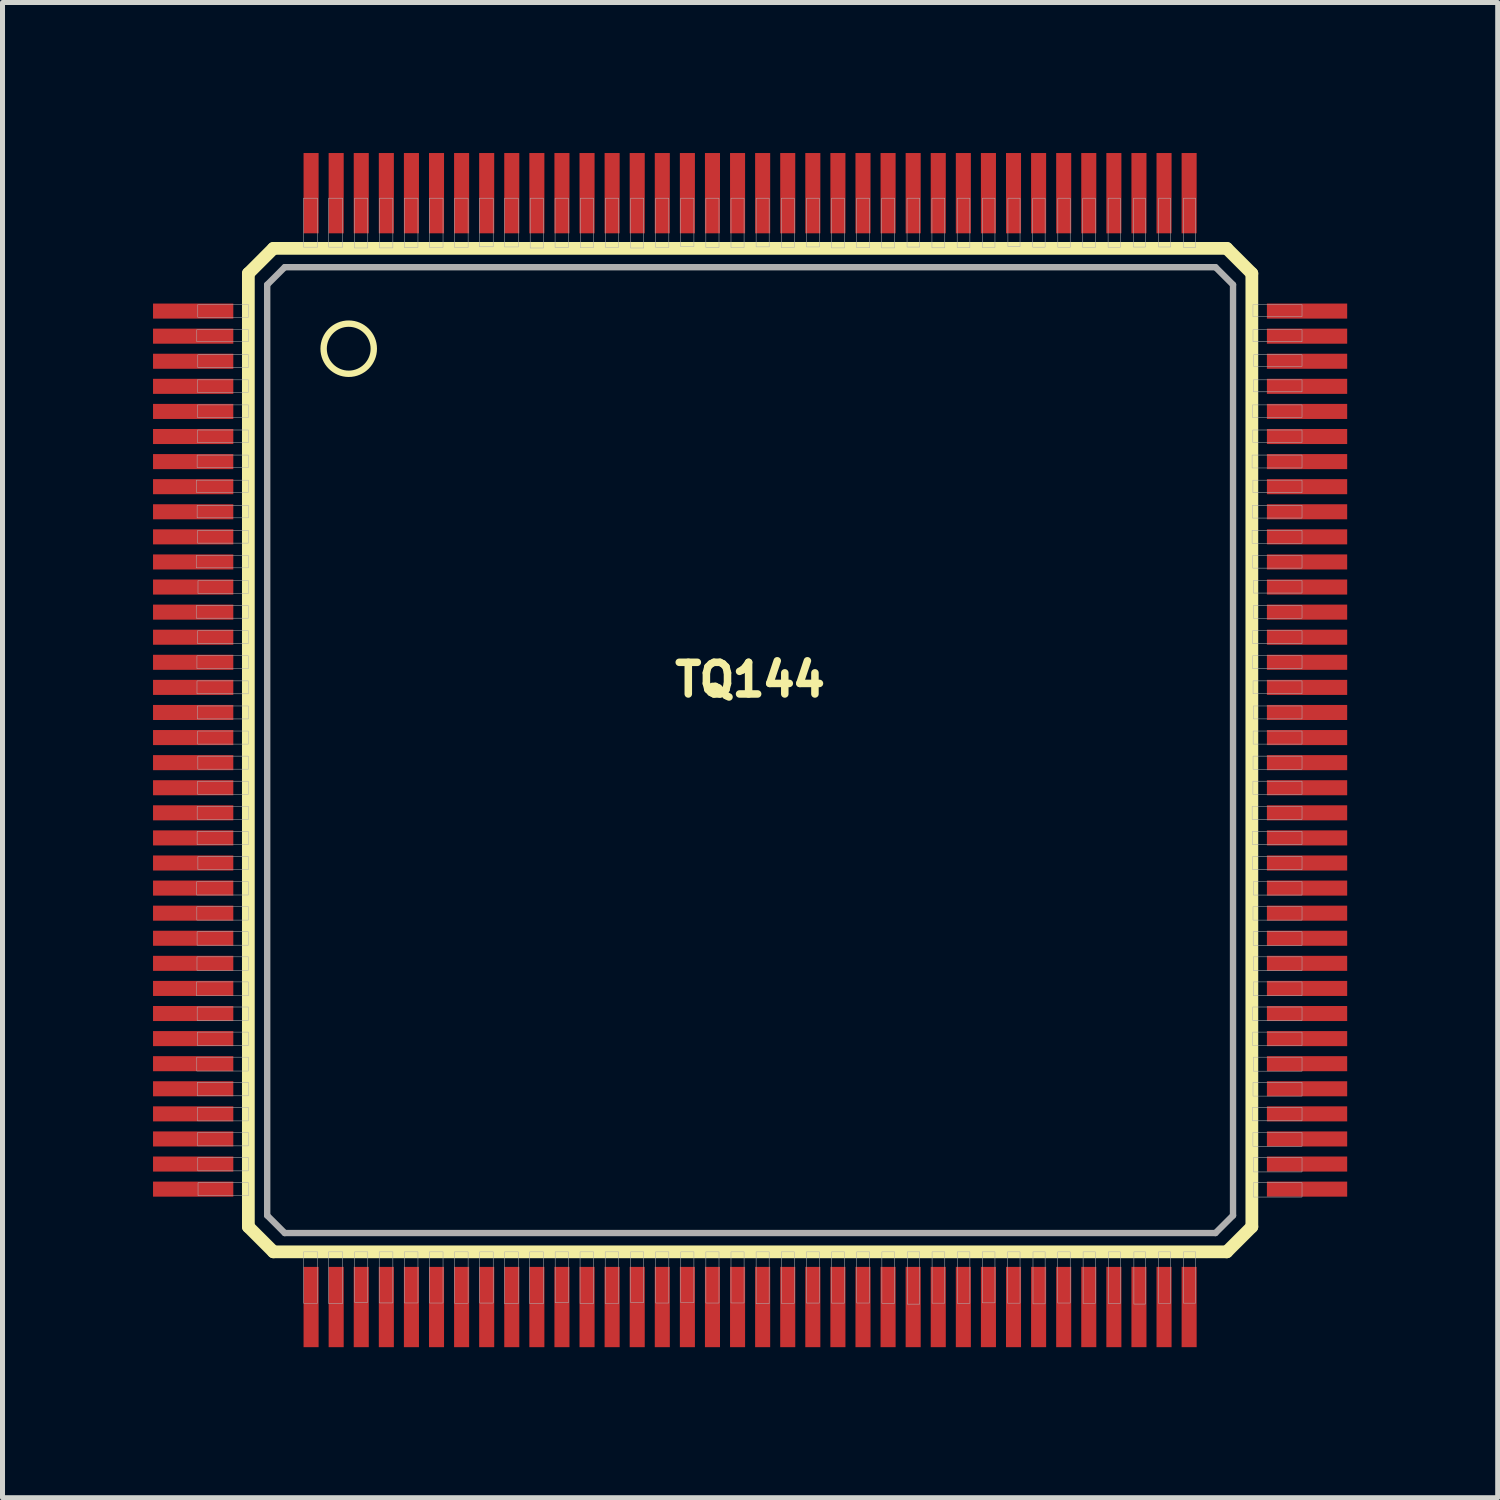
<source format=kicad_pcb>
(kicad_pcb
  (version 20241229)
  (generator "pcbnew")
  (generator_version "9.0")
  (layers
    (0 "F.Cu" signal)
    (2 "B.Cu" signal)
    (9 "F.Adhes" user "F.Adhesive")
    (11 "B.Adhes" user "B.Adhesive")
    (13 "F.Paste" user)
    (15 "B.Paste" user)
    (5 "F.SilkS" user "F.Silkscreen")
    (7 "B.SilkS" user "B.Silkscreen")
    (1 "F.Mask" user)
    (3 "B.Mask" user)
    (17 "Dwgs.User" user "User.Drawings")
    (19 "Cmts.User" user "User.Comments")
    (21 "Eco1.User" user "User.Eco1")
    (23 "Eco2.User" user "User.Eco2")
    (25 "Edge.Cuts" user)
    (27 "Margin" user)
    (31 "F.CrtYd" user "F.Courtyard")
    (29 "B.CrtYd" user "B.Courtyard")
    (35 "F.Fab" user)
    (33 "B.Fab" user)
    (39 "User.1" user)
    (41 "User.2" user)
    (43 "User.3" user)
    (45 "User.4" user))
  (footprint "TQ144"
    (layer "F.Cu")
    (at 11.9 11.9)
    (property "Reference" "TQ144" (at 0.000002 -1.403 0) (layer "F.SilkS") (effects (font (size 0.631 0.631) (thickness 0.15))))
    (attr smd)
    (fp_line (start -10 -9.5) (end -10 9.5) (stroke (width 0.254) (type solid)) (layer "F.SilkS"))
    (fp_line (start -10 9.5) (end -9.5 10) (stroke (width 0.254) (type solid)) (layer "F.SilkS"))
    (fp_line (start -9.5 -10) (end -10 -9.5) (stroke (width 0.254) (type solid)) (layer "F.SilkS"))
    (fp_line (start -9.5 10) (end 9.5 10) (stroke (width 0.254) (type solid)) (layer "F.SilkS"))
    (fp_line (start 9.5 -10) (end -9.5 -10) (stroke (width 0.254) (type solid)) (layer "F.SilkS"))
    (fp_line (start 9.5 10) (end 10 9.5) (stroke (width 0.254) (type solid)) (layer "F.SilkS"))
    (fp_line (start 10 -9.5) (end 9.5 -10) (stroke (width 0.254) (type solid)) (layer "F.SilkS"))
    (fp_line (start 10 9.5) (end 10 -9.5) (stroke (width 0.254) (type solid)) (layer "F.SilkS"))
    (fp_circle (center -8 -8) (end -7.5 -8) (stroke (width 0.127) (type solid)) (fill no) (layer "F.SilkS"))
    (fp_line (start -9.625 -9.275) (end -9.625 9.275) (stroke (width 0.127) (type solid)) (layer "F.Fab"))
    (fp_line (start -9.625 9.275) (end -9.275 9.625) (stroke (width 0.127) (type solid)) (layer "F.Fab"))
    (fp_line (start -9.275 -9.625) (end -9.625 -9.275) (stroke (width 0.127) (type solid)) (layer "F.Fab"))
    (fp_line (start -9.275 9.625) (end 9.275 9.625) (stroke (width 0.127) (type solid)) (layer "F.Fab"))
    (fp_line (start 9.275 -9.625) (end -9.275 -9.625) (stroke (width 0.127) (type solid)) (layer "F.Fab"))
    (fp_line (start 9.275 9.625) (end 9.625 9.275) (stroke (width 0.127) (type solid)) (layer "F.Fab"))
    (fp_line (start 9.625 -9.275) (end 9.275 -9.625) (stroke (width 0.127) (type solid)) (layer "F.Fab"))
    (fp_line (start 9.625 9.275) (end 9.625 -9.275) (stroke (width 0.127) (type solid)) (layer "F.Fab"))
    (fp_poly (pts (xy -11.039 -3.88) (xy -10 -3.88) (xy -10 -3.633) (xy -11.039 -3.633)) (stroke (width 0.01) (type solid)) (fill no) (layer "F.Fab"))
    (fp_poly (pts (xy -11.039 -2.88) (xy -10 -2.88) (xy -10 -2.629) (xy -11.039 -2.629)) (stroke (width 0.01) (type solid)) (fill no) (layer "F.Fab"))
    (fp_poly (pts (xy -11.037 -5.38) (xy -10 -5.38) (xy -10 -5.137) (xy -11.037 -5.137)) (stroke (width 0.01) (type solid)) (fill no) (layer "F.Fab"))
    (fp_poly (pts (xy -11.035 4.62) (xy -10 4.62) (xy -10 4.896) (xy -11.035 4.896)) (stroke (width 0.01) (type solid)) (fill no) (layer "F.Fab"))
    (fp_poly (pts (xy -11.029 2.62) (xy -10 2.62) (xy -10 2.888) (xy -11.029 2.888)) (stroke (width 0.01) (type solid)) (fill no) (layer "F.Fab"))
    (fp_poly (pts (xy -11.028 -8.38) (xy -10 -8.38) (xy -10 -8.14) (xy -11.028 -8.14)) (stroke (width 0.01) (type solid)) (fill no) (layer "F.Fab"))
    (fp_poly (pts (xy -11.028 6.12) (xy -10 6.12) (xy -10 6.396) (xy -11.028 6.396)) (stroke (width 0.01) (type solid)) (fill no) (layer "F.Fab"))
    (fp_poly (pts (xy -11.027 3.12) (xy -10 3.12) (xy -10 3.388) (xy -11.027 3.388)) (stroke (width 0.01) (type solid)) (fill no) (layer "F.Fab"))
    (fp_poly (pts (xy -11.025 -1.88) (xy -10 -1.88) (xy -10 -1.624) (xy -11.025 -1.624)) (stroke (width 0.01) (type solid)) (fill no) (layer "F.Fab"))
    (fp_poly (pts (xy -11.024 4.12) (xy -10 4.12) (xy -10 4.39) (xy -11.024 4.39)) (stroke (width 0.01) (type solid)) (fill no) (layer "F.Fab"))
    (fp_poly (pts (xy -11.024 -1.38) (xy -10 -1.38) (xy -10 -1.122) (xy -11.024 -1.122)) (stroke (width 0.01) (type solid)) (fill no) (layer "F.Fab"))
    (fp_poly (pts (xy -11.022 3.62) (xy -10 3.62) (xy -10 3.888) (xy -11.022 3.888)) (stroke (width 0.01) (type solid)) (fill no) (layer "F.Fab"))
    (fp_poly (pts (xy -11.021 -5.88) (xy -10 -5.88) (xy -10 -5.631) (xy -11.021 -5.631)) (stroke (width 0.01) (type solid)) (fill no) (layer "F.Fab"))
    (fp_poly (pts (xy -11.021 -4.88) (xy -10 -4.88) (xy -10 -4.629) (xy -11.021 -4.629)) (stroke (width 0.01) (type solid)) (fill no) (layer "F.Fab"))
    (fp_poly (pts (xy -11.021 1.62) (xy -10 1.62) (xy -10 1.884) (xy -11.021 1.884)) (stroke (width 0.01) (type solid)) (fill no) (layer "F.Fab"))
    (fp_poly (pts (xy -11.02 5.12) (xy -10 5.12) (xy -10 5.39) (xy -11.02 5.39)) (stroke (width 0.01) (type solid)) (fill no) (layer "F.Fab"))
    (fp_poly (pts (xy -11.02 1.12) (xy -10 1.12) (xy -10 1.382) (xy -11.02 1.382)) (stroke (width 0.01) (type solid)) (fill no) (layer "F.Fab"))
    (fp_poly (pts (xy -11.018 -7.38) (xy -10 -7.38) (xy -10 -7.131) (xy -11.018 -7.131)) (stroke (width 0.01) (type solid)) (fill no) (layer "F.Fab"))
    (fp_poly (pts (xy -11.017 -0.88) (xy -10 -0.88) (xy -10 -0.621) (xy -11.017 -0.621)) (stroke (width 0.01) (type solid)) (fill no) (layer "F.Fab"))
    (fp_poly (pts (xy -11.017 6.62) (xy -10 6.62) (xy -10 6.89) (xy -11.017 6.89)) (stroke (width 0.01) (type solid)) (fill no) (layer "F.Fab"))
    (fp_poly (pts (xy -11.016 5.62) (xy -10 5.62) (xy -10 5.888) (xy -11.016 5.888)) (stroke (width 0.01) (type solid)) (fill no) (layer "F.Fab"))
    (fp_poly (pts (xy -11.015 -6.88) (xy -10 -6.88) (xy -10 -6.629) (xy -11.015 -6.629)) (stroke (width 0.01) (type solid)) (fill no) (layer "F.Fab"))
    (fp_poly (pts (xy -11.014 7.12) (xy -10 7.12) (xy -10 7.39) (xy -11.014 7.39)) (stroke (width 0.01) (type solid)) (fill no) (layer "F.Fab"))
    (fp_poly (pts (xy -11.013 -2.38) (xy -10 -2.38) (xy -10 -2.123) (xy -11.013 -2.123)) (stroke (width 0.01) (type solid)) (fill no) (layer "F.Fab"))
    (fp_poly (pts (xy -11.013 -6.38) (xy -10 -6.38) (xy -10 -6.127) (xy -11.013 -6.127)) (stroke (width 0.01) (type solid)) (fill no) (layer "F.Fab"))
    (fp_poly (pts (xy -11.012 -4.38) (xy -10 -4.38) (xy -10 -4.125) (xy -11.012 -4.125)) (stroke (width 0.01) (type solid)) (fill no) (layer "F.Fab"))
    (fp_poly (pts (xy -11.012 0.62) (xy -10 0.62) (xy -10 0.881) (xy -11.012 0.881)) (stroke (width 0.01) (type solid)) (fill no) (layer "F.Fab"))
    (fp_poly (pts (xy -11.012 7.62) (xy -10 7.62) (xy -10 7.888) (xy -11.012 7.888)) (stroke (width 0.01) (type solid)) (fill no) (layer "F.Fab"))
    (fp_poly (pts (xy -11.011 -0.38) (xy -10 -0.38) (xy -10 -0.12) (xy -11.011 -0.12)) (stroke (width 0.01) (type solid)) (fill no) (layer "F.Fab"))
    (fp_poly (pts (xy -11.008 -8.88) (xy -10 -8.88) (xy -10 -8.626) (xy -11.008 -8.626)) (stroke (width 0.01) (type solid)) (fill no) (layer "F.Fab"))
    (fp_poly (pts (xy -11.008 8.12) (xy -10 8.12) (xy -10 8.386) (xy -11.008 8.386)) (stroke (width 0.01) (type solid)) (fill no) (layer "F.Fab"))
    (fp_poly (pts (xy -11.008 -7.88) (xy -10 -7.88) (xy -10 -7.625) (xy -11.008 -7.625)) (stroke (width 0.01) (type solid)) (fill no) (layer "F.Fab"))
    (fp_poly (pts (xy -11.007 0.12) (xy -10 0.12) (xy -10 0.38) (xy -11.007 0.38)) (stroke (width 0.01) (type solid)) (fill no) (layer "F.Fab"))
    (fp_poly (pts (xy -11.006 2.12) (xy -10 2.12) (xy -10 2.381) (xy -11.006 2.381)) (stroke (width 0.01) (type solid)) (fill no) (layer "F.Fab"))
    (fp_poly (pts (xy -11.004 -3.38) (xy -10 -3.38) (xy -10 -3.121) (xy -11.004 -3.121)) (stroke (width 0.01) (type solid)) (fill no) (layer "F.Fab"))
    (fp_poly (pts (xy -11.003 8.62) (xy -10 8.62) (xy -10 8.882) (xy -11.003 8.882)) (stroke (width 0.01) (type solid)) (fill no) (layer "F.Fab"))
    (fp_poly (pts (xy -8.901 -11) (xy -8.62 -11) (xy -8.62 -10.024) (xy -8.901 -10.024)) (stroke (width 0.01) (type solid)) (fill no) (layer "F.Fab"))
    (fp_poly (pts (xy -8.899 10) (xy -8.62 10) (xy -8.62 11.024) (xy -8.899 11.024)) (stroke (width 0.01) (type solid)) (fill no) (layer "F.Fab"))
    (fp_poly (pts (xy -8.402 10) (xy -8.12 10) (xy -8.12 11.029) (xy -8.402 11.029)) (stroke (width 0.01) (type solid)) (fill no) (layer "F.Fab"))
    (fp_poly (pts (xy -8.4 -11) (xy -8.12 -11) (xy -8.12 -10.024) (xy -8.4 -10.024)) (stroke (width 0.01) (type solid)) (fill no) (layer "F.Fab"))
    (fp_poly (pts (xy -7.886 -11) (xy -7.62 -11) (xy -7.62 -10.008) (xy -7.886 -10.008)) (stroke (width 0.01) (type solid)) (fill no) (layer "F.Fab"))
    (fp_poly (pts (xy -7.884 10) (xy -7.62 10) (xy -7.62 11.006) (xy -7.884 11.006)) (stroke (width 0.01) (type solid)) (fill no) (layer "F.Fab"))
    (fp_poly (pts (xy -7.392 10) (xy -7.12 10) (xy -7.12 11.018) (xy -7.392 11.018)) (stroke (width 0.01) (type solid)) (fill no) (layer "F.Fab"))
    (fp_poly (pts (xy -7.387 -11) (xy -7.12 -11) (xy -7.12 -10.009) (xy -7.387 -10.009)) (stroke (width 0.01) (type solid)) (fill no) (layer "F.Fab"))
    (fp_poly (pts (xy -6.893 -11) (xy -6.62 -11) (xy -6.62 -10.018) (xy -6.893 -10.018)) (stroke (width 0.01) (type solid)) (fill no) (layer "F.Fab"))
    (fp_poly (pts (xy -6.892 10) (xy -6.62 10) (xy -6.62 11.019) (xy -6.892 11.019)) (stroke (width 0.01) (type solid)) (fill no) (layer "F.Fab"))
    (fp_poly (pts (xy -6.393 -11) (xy -6.12 -11) (xy -6.12 -10.02) (xy -6.393 -10.02)) (stroke (width 0.01) (type solid)) (fill no) (layer "F.Fab"))
    (fp_poly (pts (xy -6.392 10) (xy -6.12 10) (xy -6.12 11.02) (xy -6.392 11.02)) (stroke (width 0.01) (type solid)) (fill no) (layer "F.Fab"))
    (fp_poly (pts (xy -5.893 10) (xy -5.62 10) (xy -5.62 11.024) (xy -5.893 11.024)) (stroke (width 0.01) (type solid)) (fill no) (layer "F.Fab"))
    (fp_poly (pts (xy -5.89 -11) (xy -5.62 -11) (xy -5.62 -10.017) (xy -5.89 -10.017)) (stroke (width 0.01) (type solid)) (fill no) (layer "F.Fab"))
    (fp_poly (pts (xy -5.396 -11) (xy -5.12 -11) (xy -5.12 -10.031) (xy -5.396 -10.031)) (stroke (width 0.01) (type solid)) (fill no) (layer "F.Fab"))
    (fp_poly (pts (xy -5.39 10) (xy -5.12 10) (xy -5.12 11.021) (xy -5.39 11.021)) (stroke (width 0.01) (type solid)) (fill no) (layer "F.Fab"))
    (fp_poly (pts (xy -4.895 10) (xy -4.62 10) (xy -4.62 11.034) (xy -4.895 11.034)) (stroke (width 0.01) (type solid)) (fill no) (layer "F.Fab"))
    (fp_poly (pts (xy -4.894 -11) (xy -4.62 -11) (xy -4.62 -10.028) (xy -4.894 -10.028)) (stroke (width 0.01) (type solid)) (fill no) (layer "F.Fab"))
    (fp_poly (pts (xy -4.393 10) (xy -4.12 10) (xy -4.12 11.033) (xy -4.393 11.033)) (stroke (width 0.01) (type solid)) (fill no) (layer "F.Fab"))
    (fp_poly (pts (xy -4.383 -11) (xy -4.12 -11) (xy -4.12 -10.007) (xy -4.383 -10.007)) (stroke (width 0.01) (type solid)) (fill no) (layer "F.Fab"))
    (fp_poly (pts (xy -3.887 -11) (xy -3.62 -11) (xy -3.62 -10.019) (xy -3.887 -10.019)) (stroke (width 0.01) (type solid)) (fill no) (layer "F.Fab"))
    (fp_poly (pts (xy -3.885 10) (xy -3.62 10) (xy -3.62 11.014) (xy -3.885 11.014)) (stroke (width 0.01) (type solid)) (fill no) (layer "F.Fab"))
    (fp_poly (pts (xy -3.389 10) (xy -3.12 10) (xy -3.12 11.029) (xy -3.389 11.029)) (stroke (width 0.01) (type solid)) (fill no) (layer "F.Fab"))
    (fp_poly (pts (xy -3.385 -11) (xy -3.12 -11) (xy -3.12 -10.016) (xy -3.385 -10.016)) (stroke (width 0.01) (type solid)) (fill no) (layer "F.Fab"))
    (fp_poly (pts (xy -2.888 10) (xy -2.62 10) (xy -2.62 11.031) (xy -2.888 11.031)) (stroke (width 0.01) (type solid)) (fill no) (layer "F.Fab"))
    (fp_poly (pts (xy -2.886 -11) (xy -2.62 -11) (xy -2.62 -10.021) (xy -2.886 -10.021)) (stroke (width 0.01) (type solid)) (fill no) (layer "F.Fab"))
    (fp_poly (pts (xy -2.382 10) (xy -2.12 10) (xy -2.12 11.01) (xy -2.382 11.01)) (stroke (width 0.01) (type solid)) (fill no) (layer "F.Fab"))
    (fp_poly (pts (xy -2.382 -11) (xy -2.12 -11) (xy -2.12 -10.007) (xy -2.382 -10.007)) (stroke (width 0.01) (type solid)) (fill no) (layer "F.Fab"))
    (fp_poly (pts (xy -1.884 -11) (xy -1.62 -11) (xy -1.62 -10.02) (xy -1.884 -10.02)) (stroke (width 0.01) (type solid)) (fill no) (layer "F.Fab"))
    (fp_poly (pts (xy -1.883 10) (xy -1.62 10) (xy -1.62 11.02) (xy -1.883 11.02)) (stroke (width 0.01) (type solid)) (fill no) (layer "F.Fab"))
    (fp_poly (pts (xy -1.385 -11) (xy -1.12 -11) (xy -1.12 -10.036) (xy -1.385 -10.036)) (stroke (width 0.01) (type solid)) (fill no) (layer "F.Fab"))
    (fp_poly (pts (xy -1.382 10) (xy -1.12 10) (xy -1.12 11.012) (xy -1.382 11.012)) (stroke (width 0.01) (type solid)) (fill no) (layer "F.Fab"))
    (fp_poly (pts (xy -0.882 10) (xy -0.62 10) (xy -0.62 11.02) (xy -0.882 11.02)) (stroke (width 0.01) (type solid)) (fill no) (layer "F.Fab"))
    (fp_poly (pts (xy -0.882 -11) (xy -0.62 -11) (xy -0.62 -10.018) (xy -0.882 -10.018)) (stroke (width 0.01) (type solid)) (fill no) (layer "F.Fab"))
    (fp_poly (pts (xy -0.381 10) (xy -0.12 10) (xy -0.12 11.019) (xy -0.381 11.019)) (stroke (width 0.01) (type solid)) (fill no) (layer "F.Fab"))
    (fp_poly (pts (xy -0.381 -11) (xy -0.12 -11) (xy -0.12 -10.016) (xy -0.381 -10.016)) (stroke (width 0.01) (type solid)) (fill no) (layer "F.Fab"))
    (fp_poly (pts (xy 0.12 -11) (xy 0.38 -11) (xy 0.38 -10.029) (xy 0.12 -10.029)) (stroke (width 0.01) (type solid)) (fill no) (layer "F.Fab"))
    (fp_poly (pts (xy 0.12 10) (xy 0.38 10) (xy 0.38 11.034) (xy 0.12 11.034)) (stroke (width 0.01) (type solid)) (fill no) (layer "F.Fab"))
    (fp_poly (pts (xy 0.621 -11) (xy 0.88 -11) (xy 0.88 -10.017) (xy 0.621 -10.017)) (stroke (width 0.01) (type solid)) (fill no) (layer "F.Fab"))
    (fp_poly (pts (xy 0.622 10) (xy 0.88 10) (xy 0.88 11.027) (xy 0.622 11.027)) (stroke (width 0.01) (type solid)) (fill no) (layer "F.Fab"))
    (fp_poly (pts (xy 1.122 10) (xy 1.38 10) (xy 1.38 11.021) (xy 1.122 11.021)) (stroke (width 0.01) (type solid)) (fill no) (layer "F.Fab"))
    (fp_poly (pts (xy 1.123 -11) (xy 1.38 -11) (xy 1.38 -10.028) (xy 1.123 -10.028)) (stroke (width 0.01) (type solid)) (fill no) (layer "F.Fab"))
    (fp_poly (pts (xy 1.621 -11) (xy 1.88 -11) (xy 1.88 -10.009) (xy 1.621 -10.009)) (stroke (width 0.01) (type solid)) (fill no) (layer "F.Fab"))
    (fp_poly (pts (xy 1.623 10) (xy 1.88 10) (xy 1.88 11.022) (xy 1.623 11.022)) (stroke (width 0.01) (type solid)) (fill no) (layer "F.Fab"))
    (fp_poly (pts (xy 2.123 -11) (xy 2.38 -11) (xy 2.38 -10.012) (xy 2.123 -10.012)) (stroke (width 0.01) (type solid)) (fill no) (layer "F.Fab"))
    (fp_poly (pts (xy 2.124 10) (xy 2.38 10) (xy 2.38 11.02) (xy 2.124 11.02)) (stroke (width 0.01) (type solid)) (fill no) (layer "F.Fab"))
    (fp_poly (pts (xy 2.622 -11) (xy 2.88 -11) (xy 2.88 -10.009) (xy 2.622 -10.009)) (stroke (width 0.01) (type solid)) (fill no) (layer "F.Fab"))
    (fp_poly (pts (xy 2.626 10) (xy 2.88 10) (xy 2.88 11.025) (xy 2.626 11.025)) (stroke (width 0.01) (type solid)) (fill no) (layer "F.Fab"))
    (fp_poly (pts (xy 3.128 -11) (xy 3.38 -11) (xy 3.38 -10.026) (xy 3.128 -10.026)) (stroke (width 0.01) (type solid)) (fill no) (layer "F.Fab"))
    (fp_poly (pts (xy 3.132 10) (xy 3.38 10) (xy 3.38 11.042) (xy 3.132 11.042)) (stroke (width 0.01) (type solid)) (fill no) (layer "F.Fab"))
    (fp_poly (pts (xy 3.624 -11) (xy 3.88 -11) (xy 3.88 -10.011) (xy 3.624 -10.011)) (stroke (width 0.01) (type solid)) (fill no) (layer "F.Fab"))
    (fp_poly (pts (xy 3.627 10) (xy 3.88 10) (xy 3.88 11.023) (xy 3.627 11.023)) (stroke (width 0.01) (type solid)) (fill no) (layer "F.Fab"))
    (fp_poly (pts (xy 4.127 -11) (xy 4.38 -11) (xy 4.38 -10.016) (xy 4.127 -10.016)) (stroke (width 0.01) (type solid)) (fill no) (layer "F.Fab"))
    (fp_poly (pts (xy 4.129 10) (xy 4.38 10) (xy 4.38 11.025) (xy 4.129 11.025)) (stroke (width 0.01) (type solid)) (fill no) (layer "F.Fab"))
    (fp_poly (pts (xy 4.627 10) (xy 4.88 10) (xy 4.88 11.016) (xy 4.627 11.016)) (stroke (width 0.01) (type solid)) (fill no) (layer "F.Fab"))
    (fp_poly (pts (xy 4.628 -11) (xy 4.88 -11) (xy 4.88 -10.017) (xy 4.628 -10.017)) (stroke (width 0.01) (type solid)) (fill no) (layer "F.Fab"))
    (fp_poly (pts (xy 5.13 10) (xy 5.38 10) (xy 5.38 11.023) (xy 5.13 11.023)) (stroke (width 0.01) (type solid)) (fill no) (layer "F.Fab"))
    (fp_poly (pts (xy 5.138 -11) (xy 5.38 -11) (xy 5.38 -10.035) (xy 5.138 -10.035)) (stroke (width 0.01) (type solid)) (fill no) (layer "F.Fab"))
    (fp_poly (pts (xy 5.633 -11) (xy 5.88 -11) (xy 5.88 -10.023) (xy 5.633 -10.023)) (stroke (width 0.01) (type solid)) (fill no) (layer "F.Fab"))
    (fp_poly (pts (xy 5.638 10) (xy 5.88 10) (xy 5.88 11.036) (xy 5.638 11.036)) (stroke (width 0.01) (type solid)) (fill no) (layer "F.Fab"))
    (fp_poly (pts (xy 6.131 10) (xy 6.38 10) (xy 6.38 11.02) (xy 6.131 11.02)) (stroke (width 0.01) (type solid)) (fill no) (layer "F.Fab"))
    (fp_poly (pts (xy 6.133 -11) (xy 6.38 -11) (xy 6.38 -10.021) (xy 6.133 -10.021)) (stroke (width 0.01) (type solid)) (fill no) (layer "F.Fab"))
    (fp_poly (pts (xy 6.63 -11) (xy 6.88 -11) (xy 6.88 -10.016) (xy 6.63 -10.016)) (stroke (width 0.01) (type solid)) (fill no) (layer "F.Fab"))
    (fp_poly (pts (xy 6.637 10) (xy 6.88 10) (xy 6.88 11.028) (xy 6.637 11.028)) (stroke (width 0.01) (type solid)) (fill no) (layer "F.Fab"))
    (fp_poly (pts (xy 7.135 -11) (xy 7.38 -11) (xy 7.38 -10.021) (xy 7.135 -10.021)) (stroke (width 0.01) (type solid)) (fill no) (layer "F.Fab"))
    (fp_poly (pts (xy 7.14 10) (xy 7.38 10) (xy 7.38 11.03) (xy 7.14 11.03)) (stroke (width 0.01) (type solid)) (fill no) (layer "F.Fab"))
    (fp_poly (pts (xy 7.64 -11) (xy 7.88 -11) (xy 7.88 -10.026) (xy 7.64 -10.026)) (stroke (width 0.01) (type solid)) (fill no) (layer "F.Fab"))
    (fp_poly (pts (xy 7.649 10) (xy 7.88 10) (xy 7.88 11.041) (xy 7.649 11.041)) (stroke (width 0.01) (type solid)) (fill no) (layer "F.Fab"))
    (fp_poly (pts (xy 8.14 10) (xy 8.38 10) (xy 8.38 11.027) (xy 8.14 11.027)) (stroke (width 0.01) (type solid)) (fill no) (layer "F.Fab"))
    (fp_poly (pts (xy 8.142 -11) (xy 8.38 -11) (xy 8.38 -10.027) (xy 8.142 -10.027)) (stroke (width 0.01) (type solid)) (fill no) (layer "F.Fab"))
    (fp_poly (pts (xy 8.636 -11) (xy 8.88 -11) (xy 8.88 -10.019) (xy 8.636 -10.019)) (stroke (width 0.01) (type solid)) (fill no) (layer "F.Fab"))
    (fp_poly (pts (xy 8.638 10) (xy 8.88 10) (xy 8.88 11.023) (xy 8.638 11.023)) (stroke (width 0.01) (type solid)) (fill no) (layer "F.Fab"))
    (fp_poly (pts (xy 10.005 -4.38) (xy 11 -4.38) (xy 11 -4.122) (xy 10.005 -4.122)) (stroke (width 0.01) (type solid)) (fill no) (layer "F.Fab"))
    (fp_poly (pts (xy 10.005 -5.88) (xy 11 -5.88) (xy 11 -5.623) (xy 10.005 -5.623)) (stroke (width 0.01) (type solid)) (fill no) (layer "F.Fab"))
    (fp_poly (pts (xy 10.006 1.12) (xy 11 1.12) (xy 11 1.381) (xy 10.006 1.381)) (stroke (width 0.01) (type solid)) (fill no) (layer "F.Fab"))
    (fp_poly (pts (xy 10.01 1.62) (xy 11 1.62) (xy 11 1.882) (xy 10.01 1.882)) (stroke (width 0.01) (type solid)) (fill no) (layer "F.Fab"))
    (fp_poly (pts (xy 10.011 7.12) (xy 11 7.12) (xy 11 7.388) (xy 10.011 7.388)) (stroke (width 0.01) (type solid)) (fill no) (layer "F.Fab"))
    (fp_poly (pts (xy 10.011 -4.88) (xy 11 -4.88) (xy 11 -4.625) (xy 10.011 -4.625)) (stroke (width 0.01) (type solid)) (fill no) (layer "F.Fab"))
    (fp_poly (pts (xy 10.013 -6.88) (xy 11 -6.88) (xy 11 -6.629) (xy 10.013 -6.629)) (stroke (width 0.01) (type solid)) (fill no) (layer "F.Fab"))
    (fp_poly (pts (xy 10.016 -2.38) (xy 11 -2.38) (xy 11 -2.123) (xy 10.016 -2.123)) (stroke (width 0.01) (type solid)) (fill no) (layer "F.Fab"))
    (fp_poly (pts (xy 10.016 2.12) (xy 11 2.12) (xy 11 2.384) (xy 10.016 2.384)) (stroke (width 0.01) (type solid)) (fill no) (layer "F.Fab"))
    (fp_poly (pts (xy 10.016 -1.88) (xy 11 -1.88) (xy 11 -1.623) (xy 10.016 -1.623)) (stroke (width 0.01) (type solid)) (fill no) (layer "F.Fab"))
    (fp_poly (pts (xy 10.017 5.62) (xy 11 5.62) (xy 11 5.89) (xy 10.017 5.89)) (stroke (width 0.01) (type solid)) (fill no) (layer "F.Fab"))
    (fp_poly (pts (xy 10.018 -3.88) (xy 11 -3.88) (xy 11 -3.627) (xy 10.018 -3.627)) (stroke (width 0.01) (type solid)) (fill no) (layer "F.Fab"))
    (fp_poly (pts (xy 10.018 5.12) (xy 11 5.12) (xy 11 5.39) (xy 10.018 5.39)) (stroke (width 0.01) (type solid)) (fill no) (layer "F.Fab"))
    (fp_poly (pts (xy 10.019 -6.38) (xy 11 -6.38) (xy 11 -6.132) (xy 10.019 -6.132)) (stroke (width 0.01) (type solid)) (fill no) (layer "F.Fab"))
    (fp_poly (pts (xy 10.021 7.62) (xy 11 7.62) (xy 11 7.896) (xy 10.021 7.896)) (stroke (width 0.01) (type solid)) (fill no) (layer "F.Fab"))
    (fp_poly (pts (xy 10.021 -5.38) (xy 11 -5.38) (xy 11 -5.131) (xy 10.021 -5.131)) (stroke (width 0.01) (type solid)) (fill no) (layer "F.Fab"))
    (fp_poly (pts (xy 10.021 0.62) (xy 11 0.62) (xy 11 0.882) (xy 10.021 0.882)) (stroke (width 0.01) (type solid)) (fill no) (layer "F.Fab"))
    (fp_poly (pts (xy 10.022 -8.88) (xy 11 -8.88) (xy 11 -8.639) (xy 10.022 -8.639)) (stroke (width 0.01) (type solid)) (fill no) (layer "F.Fab"))
    (fp_poly (pts (xy 10.023 6.62) (xy 11 6.62) (xy 11 6.896) (xy 10.023 6.896)) (stroke (width 0.01) (type solid)) (fill no) (layer "F.Fab"))
    (fp_poly (pts (xy 10.023 3.12) (xy 11 3.12) (xy 11 3.388) (xy 10.023 3.388)) (stroke (width 0.01) (type solid)) (fill no) (layer "F.Fab"))
    (fp_poly (pts (xy 10.023 -8.38) (xy 11 -8.38) (xy 11 -8.139) (xy 10.023 -8.139)) (stroke (width 0.01) (type solid)) (fill no) (layer "F.Fab"))
    (fp_poly (pts (xy 10.024 -1.38) (xy 11 -1.38) (xy 11 -1.123) (xy 10.024 -1.123)) (stroke (width 0.01) (type solid)) (fill no) (layer "F.Fab"))
    (fp_poly (pts (xy 10.024 0.12) (xy 11 0.12) (xy 11 0.381) (xy 10.024 0.381)) (stroke (width 0.01) (type solid)) (fill no) (layer "F.Fab"))
    (fp_poly (pts (xy 10.026 -0.38) (xy 11 -0.38) (xy 11 -0.12) (xy 10.026 -0.12)) (stroke (width 0.01) (type solid)) (fill no) (layer "F.Fab"))
    (fp_poly (pts (xy 10.027 3.62) (xy 11 3.62) (xy 11 3.891) (xy 10.027 3.891)) (stroke (width 0.01) (type solid)) (fill no) (layer "F.Fab"))
    (fp_poly (pts (xy 10.028 4.12) (xy 11 4.12) (xy 11 4.392) (xy 10.028 4.392)) (stroke (width 0.01) (type solid)) (fill no) (layer "F.Fab"))
    (fp_poly (pts (xy 10.029 -0.88) (xy 11 -0.88) (xy 11 -0.622) (xy 10.029 -0.622)) (stroke (width 0.01) (type solid)) (fill no) (layer "F.Fab"))
    (fp_poly (pts (xy 10.029 -2.88) (xy 11 -2.88) (xy 11 -2.628) (xy 10.029 -2.628)) (stroke (width 0.01) (type solid)) (fill no) (layer "F.Fab"))
    (fp_poly (pts (xy 10.029 4.62) (xy 11 4.62) (xy 11 4.894) (xy 10.029 4.894)) (stroke (width 0.01) (type solid)) (fill no) (layer "F.Fab"))
    (fp_poly (pts (xy 10.03 -7.38) (xy 11 -7.38) (xy 11 -7.141) (xy 10.03 -7.141)) (stroke (width 0.01) (type solid)) (fill no) (layer "F.Fab"))
    (fp_poly (pts (xy 10.03 6.12) (xy 11 6.12) (xy 11 6.399) (xy 10.03 6.399)) (stroke (width 0.01) (type solid)) (fill no) (layer "F.Fab"))
    (fp_poly (pts (xy 10.031 -3.38) (xy 11 -3.38) (xy 11 -3.13) (xy 10.031 -3.13)) (stroke (width 0.01) (type solid)) (fill no) (layer "F.Fab"))
    (fp_poly (pts (xy 10.031 2.62) (xy 11 2.62) (xy 11 2.889) (xy 10.031 2.889)) (stroke (width 0.01) (type solid)) (fill no) (layer "F.Fab"))
    (fp_poly (pts (xy 10.031 8.62) (xy 11 8.62) (xy 11 8.908) (xy 10.031 8.908)) (stroke (width 0.01) (type solid)) (fill no) (layer "F.Fab"))
    (fp_poly (pts (xy 10.032 8.12) (xy 11 8.12) (xy 11 8.407) (xy 10.032 8.407)) (stroke (width 0.01) (type solid)) (fill no) (layer "F.Fab"))
    (fp_poly (pts (xy 10.036 -7.88) (xy 11 -7.88) (xy 11 -7.647) (xy 10.036 -7.647)) (stroke (width 0.01) (type solid)) (fill no) (layer "F.Fab"))
    (pad "P1" smd rect (at -11.1 -8.75) (size 1.6 0.3) (layers "F.Cu" "F.Mask" "F.Paste"))
    (pad "P2" smd rect (at -11.1 -8.25) (size 1.6 0.3) (layers "F.Cu" "F.Mask" "F.Paste"))
    (pad "P3" smd rect (at -11.1 -7.75) (size 1.6 0.3) (layers "F.Cu" "F.Mask" "F.Paste"))
    (pad "P4" smd rect (at -11.1 -7.25) (size 1.6 0.3) (layers "F.Cu" "F.Mask" "F.Paste"))
    (pad "P5" smd rect (at -11.1 -6.75) (size 1.6 0.3) (layers "F.Cu" "F.Mask" "F.Paste"))
    (pad "P6" smd rect (at -11.1 -6.25) (size 1.6 0.3) (layers "F.Cu" "F.Mask" "F.Paste"))
    (pad "P7" smd rect (at -11.1 -5.75) (size 1.6 0.3) (layers "F.Cu" "F.Mask" "F.Paste"))
    (pad "P8" smd rect (at -11.1 -5.25) (size 1.6 0.3) (layers "F.Cu" "F.Mask" "F.Paste"))
    (pad "P9" smd rect (at -11.1 -4.75) (size 1.6 0.3) (layers "F.Cu" "F.Mask" "F.Paste"))
    (pad "P10" smd rect (at -11.1 -4.25) (size 1.6 0.3) (layers "F.Cu" "F.Mask" "F.Paste"))
    (pad "P11" smd rect (at -11.1 -3.75) (size 1.6 0.3) (layers "F.Cu" "F.Mask" "F.Paste"))
    (pad "P12" smd rect (at -11.1 -3.25) (size 1.6 0.3) (layers "F.Cu" "F.Mask" "F.Paste"))
    (pad "P13" smd rect (at -11.1 -2.75) (size 1.6 0.3) (layers "F.Cu" "F.Mask" "F.Paste"))
    (pad "P14" smd rect (at -11.1 -2.25) (size 1.6 0.3) (layers "F.Cu" "F.Mask" "F.Paste"))
    (pad "P15" smd rect (at -11.1 -1.75) (size 1.6 0.3) (layers "F.Cu" "F.Mask" "F.Paste"))
    (pad "P16" smd rect (at -11.1 -1.25) (size 1.6 0.3) (layers "F.Cu" "F.Mask" "F.Paste"))
    (pad "P17" smd rect (at -11.1 -0.75) (size 1.6 0.3) (layers "F.Cu" "F.Mask" "F.Paste"))
    (pad "P18" smd rect (at -11.1 -0.25) (size 1.6 0.3) (layers "F.Cu" "F.Mask" "F.Paste"))
    (pad "P19" smd rect (at -11.1 0.25) (size 1.6 0.3) (layers "F.Cu" "F.Mask" "F.Paste"))
    (pad "P20" smd rect (at -11.1 0.75) (size 1.6 0.3) (layers "F.Cu" "F.Mask" "F.Paste"))
    (pad "P21" smd rect (at -11.1 1.25) (size 1.6 0.3) (layers "F.Cu" "F.Mask" "F.Paste"))
    (pad "P22" smd rect (at -11.1 1.75) (size 1.6 0.3) (layers "F.Cu" "F.Mask" "F.Paste"))
    (pad "P23" smd rect (at -11.1 2.25) (size 1.6 0.3) (layers "F.Cu" "F.Mask" "F.Paste"))
    (pad "P24" smd rect (at -11.1 2.75) (size 1.6 0.3) (layers "F.Cu" "F.Mask" "F.Paste"))
    (pad "P25" smd rect (at -11.1 3.25) (size 1.6 0.3) (layers "F.Cu" "F.Mask" "F.Paste"))
    (pad "P26" smd rect (at -11.1 3.75) (size 1.6 0.3) (layers "F.Cu" "F.Mask" "F.Paste"))
    (pad "P27" smd rect (at -11.1 4.25) (size 1.6 0.3) (layers "F.Cu" "F.Mask" "F.Paste"))
    (pad "P28" smd rect (at -11.1 4.75) (size 1.6 0.3) (layers "F.Cu" "F.Mask" "F.Paste"))
    (pad "P29" smd rect (at -11.1 5.25) (size 1.6 0.3) (layers "F.Cu" "F.Mask" "F.Paste"))
    (pad "P30" smd rect (at -11.1 5.75) (size 1.6 0.3) (layers "F.Cu" "F.Mask" "F.Paste"))
    (pad "P31" smd rect (at -11.1 6.25) (size 1.6 0.3) (layers "F.Cu" "F.Mask" "F.Paste"))
    (pad "P32" smd rect (at -11.1 6.75) (size 1.6 0.3) (layers "F.Cu" "F.Mask" "F.Paste"))
    (pad "P33" smd rect (at -11.1 7.25) (size 1.6 0.3) (layers "F.Cu" "F.Mask" "F.Paste"))
    (pad "P34" smd rect (at -11.1 7.75) (size 1.6 0.3) (layers "F.Cu" "F.Mask" "F.Paste"))
    (pad "P35" smd rect (at -11.1 8.25) (size 1.6 0.3) (layers "F.Cu" "F.Mask" "F.Paste"))
    (pad "P36" smd rect (at -11.1 8.75) (size 1.6 0.3) (layers "F.Cu" "F.Mask" "F.Paste"))
    (pad "P37" smd rect (at -8.75 11.1 90) (size 1.6 0.3) (layers "F.Cu" "F.Mask" "F.Paste"))
    (pad "P38" smd rect (at -8.25 11.1 90) (size 1.6 0.3) (layers "F.Cu" "F.Mask" "F.Paste"))
    (pad "P39" smd rect (at -7.75 11.1 90) (size 1.6 0.3) (layers "F.Cu" "F.Mask" "F.Paste"))
    (pad "P40" smd rect (at -7.25 11.1 90) (size 1.6 0.3) (layers "F.Cu" "F.Mask" "F.Paste"))
    (pad "P41" smd rect (at -6.75 11.1 90) (size 1.6 0.3) (layers "F.Cu" "F.Mask" "F.Paste"))
    (pad "P42" smd rect (at -6.25 11.1 90) (size 1.6 0.3) (layers "F.Cu" "F.Mask" "F.Paste"))
    (pad "P43" smd rect (at -5.75 11.1 90) (size 1.6 0.3) (layers "F.Cu" "F.Mask" "F.Paste"))
    (pad "P44" smd rect (at -5.25 11.1 90) (size 1.6 0.3) (layers "F.Cu" "F.Mask" "F.Paste"))
    (pad "P45" smd rect (at -4.75 11.1 90) (size 1.6 0.3) (layers "F.Cu" "F.Mask" "F.Paste"))
    (pad "P46" smd rect (at -4.25 11.1 90) (size 1.6 0.3) (layers "F.Cu" "F.Mask" "F.Paste"))
    (pad "P47" smd rect (at -3.75 11.1 90) (size 1.6 0.3) (layers "F.Cu" "F.Mask" "F.Paste"))
    (pad "P48" smd rect (at -3.25 11.1 90) (size 1.6 0.3) (layers "F.Cu" "F.Mask" "F.Paste"))
    (pad "P49" smd rect (at -2.75 11.1 90) (size 1.6 0.3) (layers "F.Cu" "F.Mask" "F.Paste"))
    (pad "P50" smd rect (at -2.25 11.1 90) (size 1.6 0.3) (layers "F.Cu" "F.Mask" "F.Paste"))
    (pad "P51" smd rect (at -1.75 11.1 90) (size 1.6 0.3) (layers "F.Cu" "F.Mask" "F.Paste"))
    (pad "P52" smd rect (at -1.25 11.1 90) (size 1.6 0.3) (layers "F.Cu" "F.Mask" "F.Paste"))
    (pad "P53" smd rect (at -0.75 11.1 90) (size 1.6 0.3) (layers "F.Cu" "F.Mask" "F.Paste"))
    (pad "P54" smd rect (at -0.25 11.1 90) (size 1.6 0.3) (layers "F.Cu" "F.Mask" "F.Paste"))
    (pad "P55" smd rect (at 0.25 11.1 90) (size 1.6 0.3) (layers "F.Cu" "F.Mask" "F.Paste"))
    (pad "P56" smd rect (at 0.75 11.1 90) (size 1.6 0.3) (layers "F.Cu" "F.Mask" "F.Paste"))
    (pad "P57" smd rect (at 1.25 11.1 90) (size 1.6 0.3) (layers "F.Cu" "F.Mask" "F.Paste"))
    (pad "P58" smd rect (at 1.75 11.1 90) (size 1.6 0.3) (layers "F.Cu" "F.Mask" "F.Paste"))
    (pad "P59" smd rect (at 2.25 11.1 90) (size 1.6 0.3) (layers "F.Cu" "F.Mask" "F.Paste"))
    (pad "P60" smd rect (at 2.75 11.1 90) (size 1.6 0.3) (layers "F.Cu" "F.Mask" "F.Paste"))
    (pad "P61" smd rect (at 3.25 11.1 90) (size 1.6 0.3) (layers "F.Cu" "F.Mask" "F.Paste"))
    (pad "P62" smd rect (at 3.75 11.1 90) (size 1.6 0.3) (layers "F.Cu" "F.Mask" "F.Paste"))
    (pad "P63" smd rect (at 4.25 11.1 90) (size 1.6 0.3) (layers "F.Cu" "F.Mask" "F.Paste"))
    (pad "P64" smd rect (at 4.75 11.1 90) (size 1.6 0.3) (layers "F.Cu" "F.Mask" "F.Paste"))
    (pad "P65" smd rect (at 5.25 11.1 90) (size 1.6 0.3) (layers "F.Cu" "F.Mask" "F.Paste"))
    (pad "P66" smd rect (at 5.75 11.1 90) (size 1.6 0.3) (layers "F.Cu" "F.Mask" "F.Paste"))
    (pad "P67" smd rect (at 6.25 11.1 90) (size 1.6 0.3) (layers "F.Cu" "F.Mask" "F.Paste"))
    (pad "P68" smd rect (at 6.75 11.1 90) (size 1.6 0.3) (layers "F.Cu" "F.Mask" "F.Paste"))
    (pad "P69" smd rect (at 7.25 11.1 90) (size 1.6 0.3) (layers "F.Cu" "F.Mask" "F.Paste"))
    (pad "P70" smd rect (at 7.75 11.1 90) (size 1.6 0.3) (layers "F.Cu" "F.Mask" "F.Paste"))
    (pad "P71" smd rect (at 8.25 11.1 90) (size 1.6 0.3) (layers "F.Cu" "F.Mask" "F.Paste"))
    (pad "P72" smd rect (at 8.75 11.1 90) (size 1.6 0.3) (layers "F.Cu" "F.Mask" "F.Paste"))
    (pad "P73" smd rect (at 11.1 8.75) (size 1.6 0.3) (layers "F.Cu" "F.Mask" "F.Paste"))
    (pad "P74" smd rect (at 11.1 8.25) (size 1.6 0.3) (layers "F.Cu" "F.Mask" "F.Paste"))
    (pad "P75" smd rect (at 11.1 7.75) (size 1.6 0.3) (layers "F.Cu" "F.Mask" "F.Paste"))
    (pad "P76" smd rect (at 11.1 7.25) (size 1.6 0.3) (layers "F.Cu" "F.Mask" "F.Paste"))
    (pad "P77" smd rect (at 11.1 6.75) (size 1.6 0.3) (layers "F.Cu" "F.Mask" "F.Paste"))
    (pad "P78" smd rect (at 11.1 6.25) (size 1.6 0.3) (layers "F.Cu" "F.Mask" "F.Paste"))
    (pad "P79" smd rect (at 11.1 5.75) (size 1.6 0.3) (layers "F.Cu" "F.Mask" "F.Paste"))
    (pad "P80" smd rect (at 11.1 5.25) (size 1.6 0.3) (layers "F.Cu" "F.Mask" "F.Paste"))
    (pad "P81" smd rect (at 11.1 4.75) (size 1.6 0.3) (layers "F.Cu" "F.Mask" "F.Paste"))
    (pad "P82" smd rect (at 11.1 4.25) (size 1.6 0.3) (layers "F.Cu" "F.Mask" "F.Paste"))
    (pad "P83" smd rect (at 11.1 3.75) (size 1.6 0.3) (layers "F.Cu" "F.Mask" "F.Paste"))
    (pad "P84" smd rect (at 11.1 3.25) (size 1.6 0.3) (layers "F.Cu" "F.Mask" "F.Paste"))
    (pad "P85" smd rect (at 11.1 2.75) (size 1.6 0.3) (layers "F.Cu" "F.Mask" "F.Paste"))
    (pad "P86" smd rect (at 11.1 2.25) (size 1.6 0.3) (layers "F.Cu" "F.Mask" "F.Paste"))
    (pad "P87" smd rect (at 11.1 1.75) (size 1.6 0.3) (layers "F.Cu" "F.Mask" "F.Paste"))
    (pad "P88" smd rect (at 11.1 1.25) (size 1.6 0.3) (layers "F.Cu" "F.Mask" "F.Paste"))
    (pad "P89" smd rect (at 11.1 0.75) (size 1.6 0.3) (layers "F.Cu" "F.Mask" "F.Paste"))
    (pad "P90" smd rect (at 11.1 0.25) (size 1.6 0.3) (layers "F.Cu" "F.Mask" "F.Paste"))
    (pad "P91" smd rect (at 11.1 -0.25) (size 1.6 0.3) (layers "F.Cu" "F.Mask" "F.Paste"))
    (pad "P92" smd rect (at 11.1 -0.75) (size 1.6 0.3) (layers "F.Cu" "F.Mask" "F.Paste"))
    (pad "P93" smd rect (at 11.1 -1.25) (size 1.6 0.3) (layers "F.Cu" "F.Mask" "F.Paste"))
    (pad "P94" smd rect (at 11.1 -1.75) (size 1.6 0.3) (layers "F.Cu" "F.Mask" "F.Paste"))
    (pad "P95" smd rect (at 11.1 -2.25) (size 1.6 0.3) (layers "F.Cu" "F.Mask" "F.Paste"))
    (pad "P96" smd rect (at 11.1 -2.75) (size 1.6 0.3) (layers "F.Cu" "F.Mask" "F.Paste"))
    (pad "P97" smd rect (at 11.1 -3.25) (size 1.6 0.3) (layers "F.Cu" "F.Mask" "F.Paste"))
    (pad "P98" smd rect (at 11.1 -3.75) (size 1.6 0.3) (layers "F.Cu" "F.Mask" "F.Paste"))
    (pad "P99" smd rect (at 11.1 -4.25) (size 1.6 0.3) (layers "F.Cu" "F.Mask" "F.Paste"))
    (pad "P100" smd rect (at 11.1 -4.75) (size 1.6 0.3) (layers "F.Cu" "F.Mask" "F.Paste"))
    (pad "P101" smd rect (at 11.1 -5.25) (size 1.6 0.3) (layers "F.Cu" "F.Mask" "F.Paste"))
    (pad "P102" smd rect (at 11.1 -5.75) (size 1.6 0.3) (layers "F.Cu" "F.Mask" "F.Paste"))
    (pad "P103" smd rect (at 11.1 -6.25) (size 1.6 0.3) (layers "F.Cu" "F.Mask" "F.Paste"))
    (pad "P104" smd rect (at 11.1 -6.75) (size 1.6 0.3) (layers "F.Cu" "F.Mask" "F.Paste"))
    (pad "P105" smd rect (at 11.1 -7.25) (size 1.6 0.3) (layers "F.Cu" "F.Mask" "F.Paste"))
    (pad "P106" smd rect (at 11.1 -7.75) (size 1.6 0.3) (layers "F.Cu" "F.Mask" "F.Paste"))
    (pad "P107" smd rect (at 11.1 -8.25) (size 1.6 0.3) (layers "F.Cu" "F.Mask" "F.Paste"))
    (pad "P108" smd rect (at 11.1 -8.75) (size 1.6 0.3) (layers "F.Cu" "F.Mask" "F.Paste"))
    (pad "P109" smd rect (at 8.75 -11.1 90) (size 1.6 0.3) (layers "F.Cu" "F.Mask" "F.Paste"))
    (pad "P110" smd rect (at 8.25 -11.1 90) (size 1.6 0.3) (layers "F.Cu" "F.Mask" "F.Paste"))
    (pad "P111" smd rect (at 7.75 -11.1 90) (size 1.6 0.3) (layers "F.Cu" "F.Mask" "F.Paste"))
    (pad "P112" smd rect (at 7.25 -11.1 90) (size 1.6 0.3) (layers "F.Cu" "F.Mask" "F.Paste"))
    (pad "P113" smd rect (at 6.75 -11.1 90) (size 1.6 0.3) (layers "F.Cu" "F.Mask" "F.Paste"))
    (pad "P114" smd rect (at 6.25 -11.1 90) (size 1.6 0.3) (layers "F.Cu" "F.Mask" "F.Paste"))
    (pad "P115" smd rect (at 5.75 -11.1 90) (size 1.6 0.3) (layers "F.Cu" "F.Mask" "F.Paste"))
    (pad "P116" smd rect (at 5.25 -11.1 90) (size 1.6 0.3) (layers "F.Cu" "F.Mask" "F.Paste"))
    (pad "P117" smd rect (at 4.75 -11.1 90) (size 1.6 0.3) (layers "F.Cu" "F.Mask" "F.Paste"))
    (pad "P118" smd rect (at 4.25 -11.1 90) (size 1.6 0.3) (layers "F.Cu" "F.Mask" "F.Paste"))
    (pad "P119" smd rect (at 3.75 -11.1 90) (size 1.6 0.3) (layers "F.Cu" "F.Mask" "F.Paste"))
    (pad "P120" smd rect (at 3.25 -11.1 90) (size 1.6 0.3) (layers "F.Cu" "F.Mask" "F.Paste"))
    (pad "P121" smd rect (at 2.75 -11.1 90) (size 1.6 0.3) (layers "F.Cu" "F.Mask" "F.Paste"))
    (pad "P122" smd rect (at 2.25 -11.1 90) (size 1.6 0.3) (layers "F.Cu" "F.Mask" "F.Paste"))
    (pad "P123" smd rect (at 1.75 -11.1 90) (size 1.6 0.3) (layers "F.Cu" "F.Mask" "F.Paste"))
    (pad "P124" smd rect (at 1.25 -11.1 90) (size 1.6 0.3) (layers "F.Cu" "F.Mask" "F.Paste"))
    (pad "P125" smd rect (at 0.75 -11.1 90) (size 1.6 0.3) (layers "F.Cu" "F.Mask" "F.Paste"))
    (pad "P126" smd rect (at 0.25 -11.1 90) (size 1.6 0.3) (layers "F.Cu" "F.Mask" "F.Paste"))
    (pad "P127" smd rect (at -0.25 -11.1 90) (size 1.6 0.3) (layers "F.Cu" "F.Mask" "F.Paste"))
    (pad "P128" smd rect (at -0.75 -11.1 90) (size 1.6 0.3) (layers "F.Cu" "F.Mask" "F.Paste"))
    (pad "P129" smd rect (at -1.25 -11.1 90) (size 1.6 0.3) (layers "F.Cu" "F.Mask" "F.Paste"))
    (pad "P130" smd rect (at -1.75 -11.1 90) (size 1.6 0.3) (layers "F.Cu" "F.Mask" "F.Paste"))
    (pad "P131" smd rect (at -2.25 -11.1 90) (size 1.6 0.3) (layers "F.Cu" "F.Mask" "F.Paste"))
    (pad "P132" smd rect (at -2.75 -11.1 90) (size 1.6 0.3) (layers "F.Cu" "F.Mask" "F.Paste"))
    (pad "P133" smd rect (at -3.25 -11.1 90) (size 1.6 0.3) (layers "F.Cu" "F.Mask" "F.Paste"))
    (pad "P134" smd rect (at -3.75 -11.1 90) (size 1.6 0.3) (layers "F.Cu" "F.Mask" "F.Paste"))
    (pad "P135" smd rect (at -4.25 -11.1 90) (size 1.6 0.3) (layers "F.Cu" "F.Mask" "F.Paste"))
    (pad "P136" smd rect (at -4.75 -11.1 90) (size 1.6 0.3) (layers "F.Cu" "F.Mask" "F.Paste"))
    (pad "P137" smd rect (at -5.25 -11.1 90) (size 1.6 0.3) (layers "F.Cu" "F.Mask" "F.Paste"))
    (pad "P138" smd rect (at -5.75 -11.1 90) (size 1.6 0.3) (layers "F.Cu" "F.Mask" "F.Paste"))
    (pad "P139" smd rect (at -6.25 -11.1 90) (size 1.6 0.3) (layers "F.Cu" "F.Mask" "F.Paste"))
    (pad "P140" smd rect (at -6.75 -11.1 90) (size 1.6 0.3) (layers "F.Cu" "F.Mask" "F.Paste"))
    (pad "P141" smd rect (at -7.25 -11.1 90) (size 1.6 0.3) (layers "F.Cu" "F.Mask" "F.Paste"))
    (pad "P142" smd rect (at -7.75 -11.1 90) (size 1.6 0.3) (layers "F.Cu" "F.Mask" "F.Paste"))
    (pad "P143" smd rect (at -8.25 -11.1 90) (size 1.6 0.3) (layers "F.Cu" "F.Mask" "F.Paste"))
    (pad "P144" smd rect (at -8.75 -11.1 90) (size 1.6 0.3) (layers "F.Cu" "F.Mask" "F.Paste")))
  (gr_rect
    (start -3 -3)
    (end 26.8 26.8)
    (stroke (width 0.1) (type default))
    (fill no)
    (layer "Edge.Cuts")))
</source>
